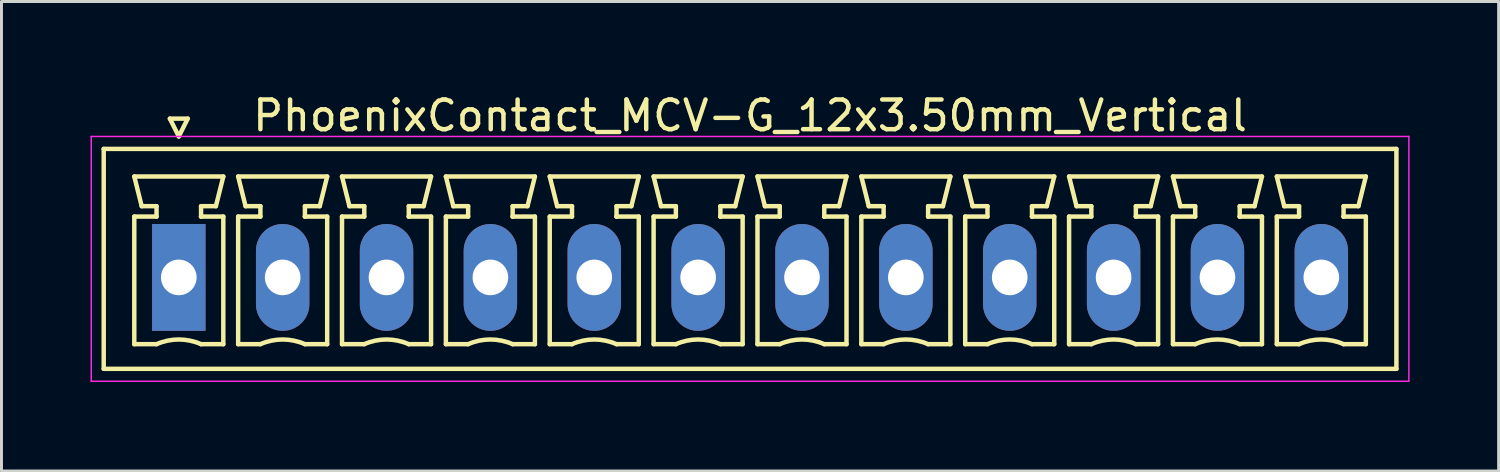
<source format=kicad_pcb>
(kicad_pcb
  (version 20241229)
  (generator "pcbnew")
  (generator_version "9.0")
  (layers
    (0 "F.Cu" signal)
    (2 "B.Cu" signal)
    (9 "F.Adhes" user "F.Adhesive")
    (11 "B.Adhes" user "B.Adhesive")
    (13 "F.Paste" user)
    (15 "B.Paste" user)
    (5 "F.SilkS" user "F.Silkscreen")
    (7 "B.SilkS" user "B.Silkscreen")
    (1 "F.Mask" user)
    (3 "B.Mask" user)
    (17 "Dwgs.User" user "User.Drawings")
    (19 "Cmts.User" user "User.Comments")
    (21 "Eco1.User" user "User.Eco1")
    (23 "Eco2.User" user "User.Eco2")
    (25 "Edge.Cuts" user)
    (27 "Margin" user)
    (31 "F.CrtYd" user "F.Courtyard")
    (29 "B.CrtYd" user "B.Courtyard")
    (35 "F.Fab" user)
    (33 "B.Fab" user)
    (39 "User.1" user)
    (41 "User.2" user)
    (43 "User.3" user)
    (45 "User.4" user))
  (footprint "PhoenixContact_MCV-G_12x3.50mm_Vertical"
    (layer "F.Cu")
    (at 2.975 6.298)
    (property "Reference" "PhoenixContact_MCV-G_12x3.50mm_Vertical" (at 19.25 -5.45 0) (layer "F.SilkS") (effects (font (size 1 1) (thickness 0.15))))
    (attr through_hole)
    (fp_line (start -2.53 -4.33) (end -2.53 3.08) (stroke (width 0.15) (type solid)) (layer "F.SilkS"))
    (fp_line (start -2.53 3.08) (end 41.03 3.08) (stroke (width 0.15) (type solid)) (layer "F.SilkS"))
    (fp_line (start -1.5 -3.4) (end 1.5 -3.4) (stroke (width 0.15) (type solid)) (layer "F.SilkS"))
    (fp_line (start -1.5 -2.05) (end -0.75 -2.05) (stroke (width 0.15) (type solid)) (layer "F.SilkS"))
    (fp_line (start -1.5 2.25) (end -1.5 -2.05) (stroke (width 0.15) (type solid)) (layer "F.SilkS"))
    (fp_line (start -1.25 -2.4) (end -1.5 -3.4) (stroke (width 0.15) (type solid)) (layer "F.SilkS"))
    (fp_line (start -0.75 -2.4) (end -1.25 -2.4) (stroke (width 0.15) (type solid)) (layer "F.SilkS"))
    (fp_line (start -0.75 -2.05) (end -0.75 -2.4) (stroke (width 0.15) (type solid)) (layer "F.SilkS"))
    (fp_line (start -0.75 2.25) (end -1.5 2.25) (stroke (width 0.15) (type solid)) (layer "F.SilkS"))
    (fp_line (start -0.3 -5.35) (end 0 -4.75) (stroke (width 0.15) (type solid)) (layer "F.SilkS"))
    (fp_line (start 0 -4.75) (end 0.3 -5.35) (stroke (width 0.15) (type solid)) (layer "F.SilkS"))
    (fp_line (start 0.3 -5.35) (end -0.3 -5.35) (stroke (width 0.15) (type solid)) (layer "F.SilkS"))
    (fp_line (start 0.75 -2.4) (end 0.75 -2.05) (stroke (width 0.15) (type solid)) (layer "F.SilkS"))
    (fp_line (start 0.75 -2.05) (end 0.75 -2.05) (stroke (width 0.15) (type solid)) (layer "F.SilkS"))
    (fp_line (start 0.75 -2.05) (end 1.5 -2.05) (stroke (width 0.15) (type solid)) (layer "F.SilkS"))
    (fp_line (start 1.25 -2.4) (end 0.75 -2.4) (stroke (width 0.15) (type solid)) (layer "F.SilkS"))
    (fp_line (start 1.5 -3.4) (end 1.25 -2.4) (stroke (width 0.15) (type solid)) (layer "F.SilkS"))
    (fp_line (start 1.5 -2.05) (end 1.5 2.25) (stroke (width 0.15) (type solid)) (layer "F.SilkS"))
    (fp_line (start 1.5 2.25) (end 0.75 2.25) (stroke (width 0.15) (type solid)) (layer "F.SilkS"))
    (fp_line (start 2 -3.4) (end 5 -3.4) (stroke (width 0.15) (type solid)) (layer "F.SilkS"))
    (fp_line (start 2 -2.05) (end 2.75 -2.05) (stroke (width 0.15) (type solid)) (layer "F.SilkS"))
    (fp_line (start 2 2.25) (end 2 -2.05) (stroke (width 0.15) (type solid)) (layer "F.SilkS"))
    (fp_line (start 2.25 -2.4) (end 2 -3.4) (stroke (width 0.15) (type solid)) (layer "F.SilkS"))
    (fp_line (start 2.75 -2.4) (end 2.25 -2.4) (stroke (width 0.15) (type solid)) (layer "F.SilkS"))
    (fp_line (start 2.75 -2.05) (end 2.75 -2.4) (stroke (width 0.15) (type solid)) (layer "F.SilkS"))
    (fp_line (start 2.75 2.25) (end 2 2.25) (stroke (width 0.15) (type solid)) (layer "F.SilkS"))
    (fp_line (start 4.25 -2.4) (end 4.25 -2.05) (stroke (width 0.15) (type solid)) (layer "F.SilkS"))
    (fp_line (start 4.25 -2.05) (end 4.25 -2.05) (stroke (width 0.15) (type solid)) (layer "F.SilkS"))
    (fp_line (start 4.25 -2.05) (end 5 -2.05) (stroke (width 0.15) (type solid)) (layer "F.SilkS"))
    (fp_line (start 4.75 -2.4) (end 4.25 -2.4) (stroke (width 0.15) (type solid)) (layer "F.SilkS"))
    (fp_line (start 5 -3.4) (end 4.75 -2.4) (stroke (width 0.15) (type solid)) (layer "F.SilkS"))
    (fp_line (start 5 -2.05) (end 5 2.25) (stroke (width 0.15) (type solid)) (layer "F.SilkS"))
    (fp_line (start 5 2.25) (end 4.25 2.25) (stroke (width 0.15) (type solid)) (layer "F.SilkS"))
    (fp_line (start 5.5 -3.4) (end 8.5 -3.4) (stroke (width 0.15) (type solid)) (layer "F.SilkS"))
    (fp_line (start 5.5 -2.05) (end 6.25 -2.05) (stroke (width 0.15) (type solid)) (layer "F.SilkS"))
    (fp_line (start 5.5 2.25) (end 5.5 -2.05) (stroke (width 0.15) (type solid)) (layer "F.SilkS"))
    (fp_line (start 5.75 -2.4) (end 5.5 -3.4) (stroke (width 0.15) (type solid)) (layer "F.SilkS"))
    (fp_line (start 6.25 -2.4) (end 5.75 -2.4) (stroke (width 0.15) (type solid)) (layer "F.SilkS"))
    (fp_line (start 6.25 -2.05) (end 6.25 -2.4) (stroke (width 0.15) (type solid)) (layer "F.SilkS"))
    (fp_line (start 6.25 2.25) (end 5.5 2.25) (stroke (width 0.15) (type solid)) (layer "F.SilkS"))
    (fp_line (start 7.75 -2.4) (end 7.75 -2.05) (stroke (width 0.15) (type solid)) (layer "F.SilkS"))
    (fp_line (start 7.75 -2.05) (end 7.75 -2.05) (stroke (width 0.15) (type solid)) (layer "F.SilkS"))
    (fp_line (start 7.75 -2.05) (end 8.5 -2.05) (stroke (width 0.15) (type solid)) (layer "F.SilkS"))
    (fp_line (start 8.25 -2.4) (end 7.75 -2.4) (stroke (width 0.15) (type solid)) (layer "F.SilkS"))
    (fp_line (start 8.5 -3.4) (end 8.25 -2.4) (stroke (width 0.15) (type solid)) (layer "F.SilkS"))
    (fp_line (start 8.5 -2.05) (end 8.5 2.25) (stroke (width 0.15) (type solid)) (layer "F.SilkS"))
    (fp_line (start 8.5 2.25) (end 7.75 2.25) (stroke (width 0.15) (type solid)) (layer "F.SilkS"))
    (fp_line (start 9 -3.4) (end 12 -3.4) (stroke (width 0.15) (type solid)) (layer "F.SilkS"))
    (fp_line (start 9 -2.05) (end 9.75 -2.05) (stroke (width 0.15) (type solid)) (layer "F.SilkS"))
    (fp_line (start 9 2.25) (end 9 -2.05) (stroke (width 0.15) (type solid)) (layer "F.SilkS"))
    (fp_line (start 9.25 -2.4) (end 9 -3.4) (stroke (width 0.15) (type solid)) (layer "F.SilkS"))
    (fp_line (start 9.75 -2.4) (end 9.25 -2.4) (stroke (width 0.15) (type solid)) (layer "F.SilkS"))
    (fp_line (start 9.75 -2.05) (end 9.75 -2.4) (stroke (width 0.15) (type solid)) (layer "F.SilkS"))
    (fp_line (start 9.75 2.25) (end 9 2.25) (stroke (width 0.15) (type solid)) (layer "F.SilkS"))
    (fp_line (start 11.25 -2.4) (end 11.25 -2.05) (stroke (width 0.15) (type solid)) (layer "F.SilkS"))
    (fp_line (start 11.25 -2.05) (end 11.25 -2.05) (stroke (width 0.15) (type solid)) (layer "F.SilkS"))
    (fp_line (start 11.25 -2.05) (end 12 -2.05) (stroke (width 0.15) (type solid)) (layer "F.SilkS"))
    (fp_line (start 11.75 -2.4) (end 11.25 -2.4) (stroke (width 0.15) (type solid)) (layer "F.SilkS"))
    (fp_line (start 12 -3.4) (end 11.75 -2.4) (stroke (width 0.15) (type solid)) (layer "F.SilkS"))
    (fp_line (start 12 -2.05) (end 12 2.25) (stroke (width 0.15) (type solid)) (layer "F.SilkS"))
    (fp_line (start 12 2.25) (end 11.25 2.25) (stroke (width 0.15) (type solid)) (layer "F.SilkS"))
    (fp_line (start 12.5 -3.4) (end 15.5 -3.4) (stroke (width 0.15) (type solid)) (layer "F.SilkS"))
    (fp_line (start 12.5 -2.05) (end 13.25 -2.05) (stroke (width 0.15) (type solid)) (layer "F.SilkS"))
    (fp_line (start 12.5 2.25) (end 12.5 -2.05) (stroke (width 0.15) (type solid)) (layer "F.SilkS"))
    (fp_line (start 12.75 -2.4) (end 12.5 -3.4) (stroke (width 0.15) (type solid)) (layer "F.SilkS"))
    (fp_line (start 13.25 -2.4) (end 12.75 -2.4) (stroke (width 0.15) (type solid)) (layer "F.SilkS"))
    (fp_line (start 13.25 -2.05) (end 13.25 -2.4) (stroke (width 0.15) (type solid)) (layer "F.SilkS"))
    (fp_line (start 13.25 2.25) (end 12.5 2.25) (stroke (width 0.15) (type solid)) (layer "F.SilkS"))
    (fp_line (start 14.75 -2.4) (end 14.75 -2.05) (stroke (width 0.15) (type solid)) (layer "F.SilkS"))
    (fp_line (start 14.75 -2.05) (end 14.75 -2.05) (stroke (width 0.15) (type solid)) (layer "F.SilkS"))
    (fp_line (start 14.75 -2.05) (end 15.5 -2.05) (stroke (width 0.15) (type solid)) (layer "F.SilkS"))
    (fp_line (start 15.25 -2.4) (end 14.75 -2.4) (stroke (width 0.15) (type solid)) (layer "F.SilkS"))
    (fp_line (start 15.5 -3.4) (end 15.25 -2.4) (stroke (width 0.15) (type solid)) (layer "F.SilkS"))
    (fp_line (start 15.5 -2.05) (end 15.5 2.25) (stroke (width 0.15) (type solid)) (layer "F.SilkS"))
    (fp_line (start 15.5 2.25) (end 14.75 2.25) (stroke (width 0.15) (type solid)) (layer "F.SilkS"))
    (fp_line (start 16 -3.4) (end 19 -3.4) (stroke (width 0.15) (type solid)) (layer "F.SilkS"))
    (fp_line (start 16 -2.05) (end 16.75 -2.05) (stroke (width 0.15) (type solid)) (layer "F.SilkS"))
    (fp_line (start 16 2.25) (end 16 -2.05) (stroke (width 0.15) (type solid)) (layer "F.SilkS"))
    (fp_line (start 16.25 -2.4) (end 16 -3.4) (stroke (width 0.15) (type solid)) (layer "F.SilkS"))
    (fp_line (start 16.75 -2.4) (end 16.25 -2.4) (stroke (width 0.15) (type solid)) (layer "F.SilkS"))
    (fp_line (start 16.75 -2.05) (end 16.75 -2.4) (stroke (width 0.15) (type solid)) (layer "F.SilkS"))
    (fp_line (start 16.75 2.25) (end 16 2.25) (stroke (width 0.15) (type solid)) (layer "F.SilkS"))
    (fp_line (start 18.25 -2.4) (end 18.25 -2.05) (stroke (width 0.15) (type solid)) (layer "F.SilkS"))
    (fp_line (start 18.25 -2.05) (end 18.25 -2.05) (stroke (width 0.15) (type solid)) (layer "F.SilkS"))
    (fp_line (start 18.25 -2.05) (end 19 -2.05) (stroke (width 0.15) (type solid)) (layer "F.SilkS"))
    (fp_line (start 18.75 -2.4) (end 18.25 -2.4) (stroke (width 0.15) (type solid)) (layer "F.SilkS"))
    (fp_line (start 19 -3.4) (end 18.75 -2.4) (stroke (width 0.15) (type solid)) (layer "F.SilkS"))
    (fp_line (start 19 -2.05) (end 19 2.25) (stroke (width 0.15) (type solid)) (layer "F.SilkS"))
    (fp_line (start 19 2.25) (end 18.25 2.25) (stroke (width 0.15) (type solid)) (layer "F.SilkS"))
    (fp_line (start 19.5 -3.4) (end 22.5 -3.4) (stroke (width 0.15) (type solid)) (layer "F.SilkS"))
    (fp_line (start 19.5 -2.05) (end 20.25 -2.05) (stroke (width 0.15) (type solid)) (layer "F.SilkS"))
    (fp_line (start 19.5 2.25) (end 19.5 -2.05) (stroke (width 0.15) (type solid)) (layer "F.SilkS"))
    (fp_line (start 19.75 -2.4) (end 19.5 -3.4) (stroke (width 0.15) (type solid)) (layer "F.SilkS"))
    (fp_line (start 20.25 -2.4) (end 19.75 -2.4) (stroke (width 0.15) (type solid)) (layer "F.SilkS"))
    (fp_line (start 20.25 -2.05) (end 20.25 -2.4) (stroke (width 0.15) (type solid)) (layer "F.SilkS"))
    (fp_line (start 20.25 2.25) (end 19.5 2.25) (stroke (width 0.15) (type solid)) (layer "F.SilkS"))
    (fp_line (start 21.75 -2.4) (end 21.75 -2.05) (stroke (width 0.15) (type solid)) (layer "F.SilkS"))
    (fp_line (start 21.75 -2.05) (end 21.75 -2.05) (stroke (width 0.15) (type solid)) (layer "F.SilkS"))
    (fp_line (start 21.75 -2.05) (end 22.5 -2.05) (stroke (width 0.15) (type solid)) (layer "F.SilkS"))
    (fp_line (start 22.25 -2.4) (end 21.75 -2.4) (stroke (width 0.15) (type solid)) (layer "F.SilkS"))
    (fp_line (start 22.5 -3.4) (end 22.25 -2.4) (stroke (width 0.15) (type solid)) (layer "F.SilkS"))
    (fp_line (start 22.5 -2.05) (end 22.5 2.25) (stroke (width 0.15) (type solid)) (layer "F.SilkS"))
    (fp_line (start 22.5 2.25) (end 21.75 2.25) (stroke (width 0.15) (type solid)) (layer "F.SilkS"))
    (fp_line (start 23 -3.4) (end 26 -3.4) (stroke (width 0.15) (type solid)) (layer "F.SilkS"))
    (fp_line (start 23 -2.05) (end 23.75 -2.05) (stroke (width 0.15) (type solid)) (layer "F.SilkS"))
    (fp_line (start 23 2.25) (end 23 -2.05) (stroke (width 0.15) (type solid)) (layer "F.SilkS"))
    (fp_line (start 23.25 -2.4) (end 23 -3.4) (stroke (width 0.15) (type solid)) (layer "F.SilkS"))
    (fp_line (start 23.75 -2.4) (end 23.25 -2.4) (stroke (width 0.15) (type solid)) (layer "F.SilkS"))
    (fp_line (start 23.75 -2.05) (end 23.75 -2.4) (stroke (width 0.15) (type solid)) (layer "F.SilkS"))
    (fp_line (start 23.75 2.25) (end 23 2.25) (stroke (width 0.15) (type solid)) (layer "F.SilkS"))
    (fp_line (start 25.25 -2.4) (end 25.25 -2.05) (stroke (width 0.15) (type solid)) (layer "F.SilkS"))
    (fp_line (start 25.25 -2.05) (end 25.25 -2.05) (stroke (width 0.15) (type solid)) (layer "F.SilkS"))
    (fp_line (start 25.25 -2.05) (end 26 -2.05) (stroke (width 0.15) (type solid)) (layer "F.SilkS"))
    (fp_line (start 25.75 -2.4) (end 25.25 -2.4) (stroke (width 0.15) (type solid)) (layer "F.SilkS"))
    (fp_line (start 26 -3.4) (end 25.75 -2.4) (stroke (width 0.15) (type solid)) (layer "F.SilkS"))
    (fp_line (start 26 -2.05) (end 26 2.25) (stroke (width 0.15) (type solid)) (layer "F.SilkS"))
    (fp_line (start 26 2.25) (end 25.25 2.25) (stroke (width 0.15) (type solid)) (layer "F.SilkS"))
    (fp_line (start 26.5 -3.4) (end 29.5 -3.4) (stroke (width 0.15) (type solid)) (layer "F.SilkS"))
    (fp_line (start 26.5 -2.05) (end 27.25 -2.05) (stroke (width 0.15) (type solid)) (layer "F.SilkS"))
    (fp_line (start 26.5 2.25) (end 26.5 -2.05) (stroke (width 0.15) (type solid)) (layer "F.SilkS"))
    (fp_line (start 26.75 -2.4) (end 26.5 -3.4) (stroke (width 0.15) (type solid)) (layer "F.SilkS"))
    (fp_line (start 27.25 -2.4) (end 26.75 -2.4) (stroke (width 0.15) (type solid)) (layer "F.SilkS"))
    (fp_line (start 27.25 -2.05) (end 27.25 -2.4) (stroke (width 0.15) (type solid)) (layer "F.SilkS"))
    (fp_line (start 27.25 2.25) (end 26.5 2.25) (stroke (width 0.15) (type solid)) (layer "F.SilkS"))
    (fp_line (start 28.75 -2.4) (end 28.75 -2.05) (stroke (width 0.15) (type solid)) (layer "F.SilkS"))
    (fp_line (start 28.75 -2.05) (end 28.75 -2.05) (stroke (width 0.15) (type solid)) (layer "F.SilkS"))
    (fp_line (start 28.75 -2.05) (end 29.5 -2.05) (stroke (width 0.15) (type solid)) (layer "F.SilkS"))
    (fp_line (start 29.25 -2.4) (end 28.75 -2.4) (stroke (width 0.15) (type solid)) (layer "F.SilkS"))
    (fp_line (start 29.5 -3.4) (end 29.25 -2.4) (stroke (width 0.15) (type solid)) (layer "F.SilkS"))
    (fp_line (start 29.5 -2.05) (end 29.5 2.25) (stroke (width 0.15) (type solid)) (layer "F.SilkS"))
    (fp_line (start 29.5 2.25) (end 28.75 2.25) (stroke (width 0.15) (type solid)) (layer "F.SilkS"))
    (fp_line (start 30 -3.4) (end 33 -3.4) (stroke (width 0.15) (type solid)) (layer "F.SilkS"))
    (fp_line (start 30 -2.05) (end 30.75 -2.05) (stroke (width 0.15) (type solid)) (layer "F.SilkS"))
    (fp_line (start 30 2.25) (end 30 -2.05) (stroke (width 0.15) (type solid)) (layer "F.SilkS"))
    (fp_line (start 30.25 -2.4) (end 30 -3.4) (stroke (width 0.15) (type solid)) (layer "F.SilkS"))
    (fp_line (start 30.75 -2.4) (end 30.25 -2.4) (stroke (width 0.15) (type solid)) (layer "F.SilkS"))
    (fp_line (start 30.75 -2.05) (end 30.75 -2.4) (stroke (width 0.15) (type solid)) (layer "F.SilkS"))
    (fp_line (start 30.75 2.25) (end 30 2.25) (stroke (width 0.15) (type solid)) (layer "F.SilkS"))
    (fp_line (start 32.25 -2.4) (end 32.25 -2.05) (stroke (width 0.15) (type solid)) (layer "F.SilkS"))
    (fp_line (start 32.25 -2.05) (end 32.25 -2.05) (stroke (width 0.15) (type solid)) (layer "F.SilkS"))
    (fp_line (start 32.25 -2.05) (end 33 -2.05) (stroke (width 0.15) (type solid)) (layer "F.SilkS"))
    (fp_line (start 32.75 -2.4) (end 32.25 -2.4) (stroke (width 0.15) (type solid)) (layer "F.SilkS"))
    (fp_line (start 33 -3.4) (end 32.75 -2.4) (stroke (width 0.15) (type solid)) (layer "F.SilkS"))
    (fp_line (start 33 -2.05) (end 33 2.25) (stroke (width 0.15) (type solid)) (layer "F.SilkS"))
    (fp_line (start 33 2.25) (end 32.25 2.25) (stroke (width 0.15) (type solid)) (layer "F.SilkS"))
    (fp_line (start 33.5 -3.4) (end 36.5 -3.4) (stroke (width 0.15) (type solid)) (layer "F.SilkS"))
    (fp_line (start 33.5 -2.05) (end 34.25 -2.05) (stroke (width 0.15) (type solid)) (layer "F.SilkS"))
    (fp_line (start 33.5 2.25) (end 33.5 -2.05) (stroke (width 0.15) (type solid)) (layer "F.SilkS"))
    (fp_line (start 33.75 -2.4) (end 33.5 -3.4) (stroke (width 0.15) (type solid)) (layer "F.SilkS"))
    (fp_line (start 34.25 -2.4) (end 33.75 -2.4) (stroke (width 0.15) (type solid)) (layer "F.SilkS"))
    (fp_line (start 34.25 -2.05) (end 34.25 -2.4) (stroke (width 0.15) (type solid)) (layer "F.SilkS"))
    (fp_line (start 34.25 2.25) (end 33.5 2.25) (stroke (width 0.15) (type solid)) (layer "F.SilkS"))
    (fp_line (start 35.75 -2.4) (end 35.75 -2.05) (stroke (width 0.15) (type solid)) (layer "F.SilkS"))
    (fp_line (start 35.75 -2.05) (end 35.75 -2.05) (stroke (width 0.15) (type solid)) (layer "F.SilkS"))
    (fp_line (start 35.75 -2.05) (end 36.5 -2.05) (stroke (width 0.15) (type solid)) (layer "F.SilkS"))
    (fp_line (start 36.25 -2.4) (end 35.75 -2.4) (stroke (width 0.15) (type solid)) (layer "F.SilkS"))
    (fp_line (start 36.5 -3.4) (end 36.25 -2.4) (stroke (width 0.15) (type solid)) (layer "F.SilkS"))
    (fp_line (start 36.5 -2.05) (end 36.5 2.25) (stroke (width 0.15) (type solid)) (layer "F.SilkS"))
    (fp_line (start 36.5 2.25) (end 35.75 2.25) (stroke (width 0.15) (type solid)) (layer "F.SilkS"))
    (fp_line (start 37 -3.4) (end 40 -3.4) (stroke (width 0.15) (type solid)) (layer "F.SilkS"))
    (fp_line (start 37 -2.05) (end 37.75 -2.05) (stroke (width 0.15) (type solid)) (layer "F.SilkS"))
    (fp_line (start 37 2.25) (end 37 -2.05) (stroke (width 0.15) (type solid)) (layer "F.SilkS"))
    (fp_line (start 37.25 -2.4) (end 37 -3.4) (stroke (width 0.15) (type solid)) (layer "F.SilkS"))
    (fp_line (start 37.75 -2.4) (end 37.25 -2.4) (stroke (width 0.15) (type solid)) (layer "F.SilkS"))
    (fp_line (start 37.75 -2.05) (end 37.75 -2.4) (stroke (width 0.15) (type solid)) (layer "F.SilkS"))
    (fp_line (start 37.75 2.25) (end 37 2.25) (stroke (width 0.15) (type solid)) (layer "F.SilkS"))
    (fp_line (start 39.25 -2.4) (end 39.25 -2.05) (stroke (width 0.15) (type solid)) (layer "F.SilkS"))
    (fp_line (start 39.25 -2.05) (end 39.25 -2.05) (stroke (width 0.15) (type solid)) (layer "F.SilkS"))
    (fp_line (start 39.25 -2.05) (end 40 -2.05) (stroke (width 0.15) (type solid)) (layer "F.SilkS"))
    (fp_line (start 39.75 -2.4) (end 39.25 -2.4) (stroke (width 0.15) (type solid)) (layer "F.SilkS"))
    (fp_line (start 40 -3.4) (end 39.75 -2.4) (stroke (width 0.15) (type solid)) (layer "F.SilkS"))
    (fp_line (start 40 -2.05) (end 40 2.25) (stroke (width 0.15) (type solid)) (layer "F.SilkS"))
    (fp_line (start 40 2.25) (end 39.25 2.25) (stroke (width 0.15) (type solid)) (layer "F.SilkS"))
    (fp_line (start 41.03 -4.33) (end -2.53 -4.33) (stroke (width 0.15) (type solid)) (layer "F.SilkS"))
    (fp_line (start 41.03 3.08) (end 41.03 -4.33) (stroke (width 0.15) (type solid)) (layer "F.SilkS"))
    (fp_arc (start -0.75 2.25) (mid -0.000193 2.09191) (end 0.749647 2.249844) (stroke (width 0.15) (type solid)) (layer "F.SilkS"))
    (fp_arc (start 2.75 2.25) (mid 3.499807 2.09191) (end 4.249647 2.249844) (stroke (width 0.15) (type solid)) (layer "F.SilkS"))
    (fp_arc (start 6.25 2.25) (mid 6.999807 2.09191) (end 7.749647 2.249844) (stroke (width 0.15) (type solid)) (layer "F.SilkS"))
    (fp_arc (start 9.75 2.25) (mid 10.499807 2.09191) (end 11.249647 2.249844) (stroke (width 0.15) (type solid)) (layer "F.SilkS"))
    (fp_arc (start 13.25 2.25) (mid 13.999807 2.09191) (end 14.749647 2.249844) (stroke (width 0.15) (type solid)) (layer "F.SilkS"))
    (fp_arc (start 16.75 2.25) (mid 17.499807 2.09191) (end 18.249647 2.249844) (stroke (width 0.15) (type solid)) (layer "F.SilkS"))
    (fp_arc (start 20.25 2.25) (mid 20.999807 2.09191) (end 21.749647 2.249844) (stroke (width 0.15) (type solid)) (layer "F.SilkS"))
    (fp_arc (start 23.75 2.25) (mid 24.499807 2.09191) (end 25.249647 2.249844) (stroke (width 0.15) (type solid)) (layer "F.SilkS"))
    (fp_arc (start 27.25 2.25) (mid 27.999807 2.09191) (end 28.749647 2.249844) (stroke (width 0.15) (type solid)) (layer "F.SilkS"))
    (fp_arc (start 30.75 2.25) (mid 31.499807 2.09191) (end 32.249647 2.249844) (stroke (width 0.15) (type solid)) (layer "F.SilkS"))
    (fp_arc (start 34.25 2.25) (mid 34.999807 2.09191) (end 35.749647 2.249844) (stroke (width 0.15) (type solid)) (layer "F.SilkS"))
    (fp_arc (start 37.75 2.25) (mid 38.499807 2.09191) (end 39.249647 2.249844) (stroke (width 0.15) (type solid)) (layer "F.SilkS"))
    (fp_line (start -2.95 -4.75) (end -2.95 3.5) (stroke (width 0.05) (type solid)) (layer "F.CrtYd"))
    (fp_line (start -2.95 3.5) (end 41.45 3.5) (stroke (width 0.05) (type solid)) (layer "F.CrtYd"))
    (fp_line (start 41.45 -4.75) (end -2.95 -4.75) (stroke (width 0.05) (type solid)) (layer "F.CrtYd"))
    (fp_line (start 41.45 3.5) (end 41.45 -4.75) (stroke (width 0.05) (type solid)) (layer "F.CrtYd"))
    (pad "1" thru_hole rect (at 0 0) (size 1.8 3.6) (drill 1.2) (layers "*.Cu" "*.Mask"))
    (pad "2" thru_hole oval (at 3.5 0) (size 1.8 3.6) (drill 1.2) (layers "*.Cu" "*.Mask"))
    (pad "3" thru_hole oval (at 7 0) (size 1.8 3.6) (drill 1.2) (layers "*.Cu" "*.Mask"))
    (pad "4" thru_hole oval (at 10.5 0) (size 1.8 3.6) (drill 1.2) (layers "*.Cu" "*.Mask"))
    (pad "5" thru_hole oval (at 14 0) (size 1.8 3.6) (drill 1.2) (layers "*.Cu" "*.Mask"))
    (pad "6" thru_hole oval (at 17.5 0) (size 1.8 3.6) (drill 1.2) (layers "*.Cu" "*.Mask"))
    (pad "7" thru_hole oval (at 21 0) (size 1.8 3.6) (drill 1.2) (layers "*.Cu" "*.Mask"))
    (pad "8" thru_hole oval (at 24.5 0) (size 1.8 3.6) (drill 1.2) (layers "*.Cu" "*.Mask"))
    (pad "9" thru_hole oval (at 28 0) (size 1.8 3.6) (drill 1.2) (layers "*.Cu" "*.Mask"))
    (pad "10" thru_hole oval (at 31.5 0) (size 1.8 3.6) (drill 1.2) (layers "*.Cu" "*.Mask"))
    (pad "11" thru_hole oval (at 35 0) (size 1.8 3.6) (drill 1.2) (layers "*.Cu" "*.Mask"))
    (pad "12" thru_hole oval (at 38.5 0) (size 1.8 3.6) (drill 1.2) (layers "*.Cu" "*.Mask")))
  (gr_rect
    (start -3 -3)
    (end 47.45 12.823)
    (stroke (width 0.1) (type default))
    (fill no)
    (layer "Edge.Cuts")))
</source>
